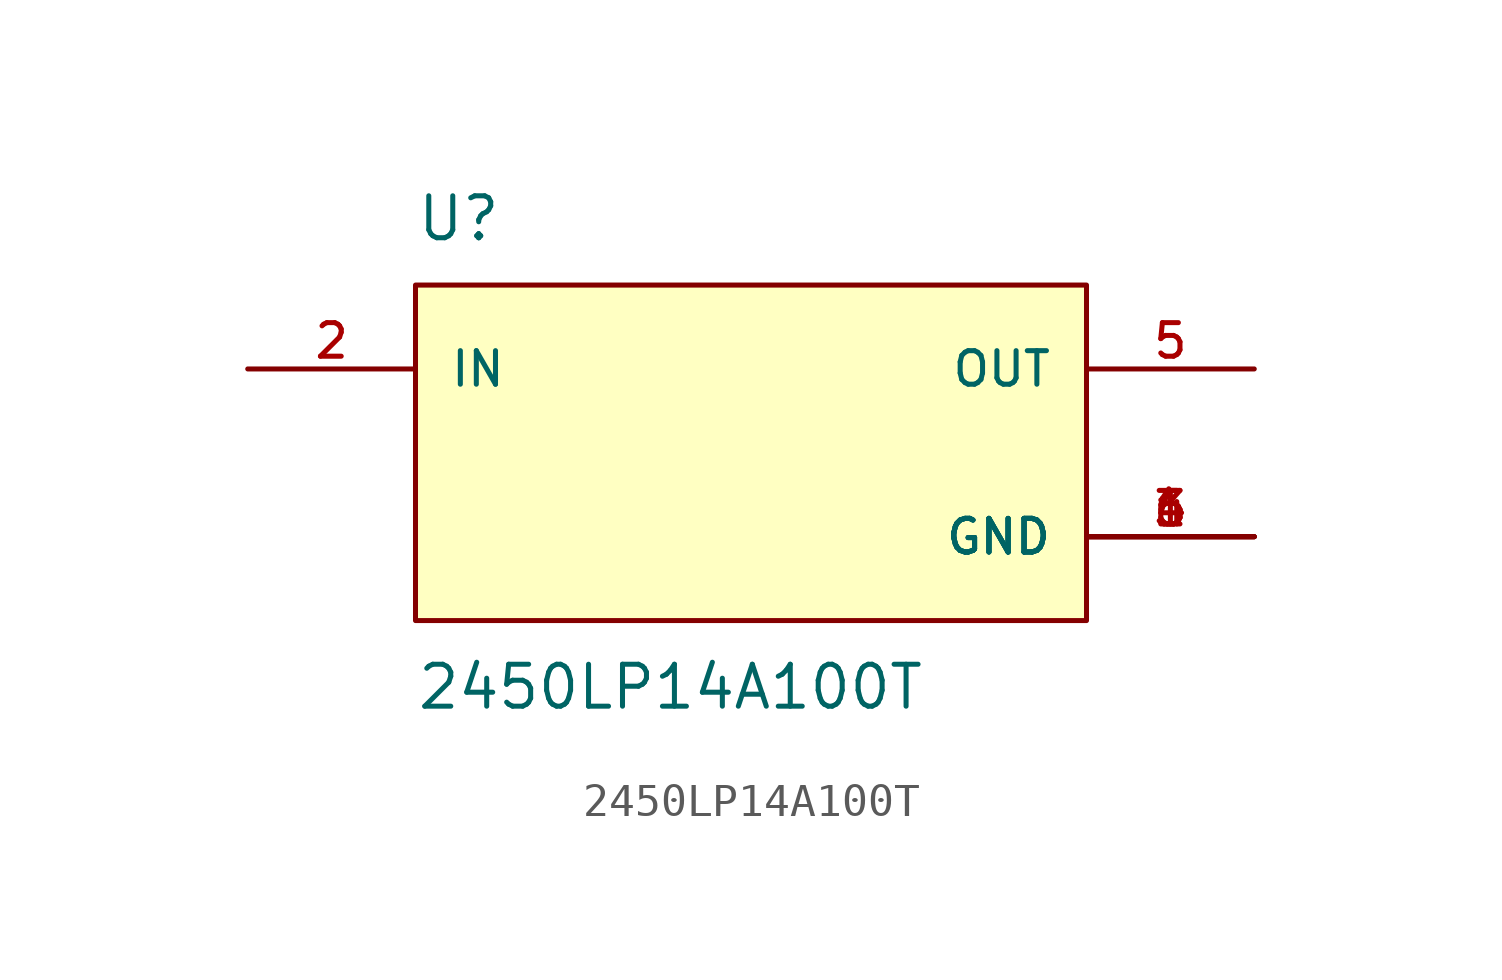
<source format=kicad_sym>
(kicad_symbol_lib
  (version 20211014)
  (generator kicad_symbol_editor)
  (symbol "2450LP14A100T"
    (pin_names
      (offset 1.016))
    (property "Reference" "U"
      (at -10.16 6.35 0)
      (effects (font (size 1.27 1.27)) (justify bottom left)))
    (property "Value" "2450LP14A100T"
      (at -10.16 -6.35 0.0)
      (effects (font (size 1.27 1.27)) (justify top left)))
    (symbol "2450LP14A100T_0_0"
      (rectangle (start -10.16 -5.08) (end 10.16 5.08) (stroke (width 0.152)) (fill (type background)))
      (pin input line (at -15.24 2.54 0) (length 5.08) (name "IN" (effects (font (size 1.016 1.016)))) (number "2" (effects (font (size 1.016 1.016)))))
      (pin output line (at 15.24 2.54 180.0) (length 5.08) (name "OUT" (effects (font (size 1.016 1.016)))) (number "5" (effects (font (size 1.016 1.016)))))
      (pin power_in line (at 15.24 -2.54 180.0) (length 5.08) (name "GND" (effects (font (size 1.016 1.016)))) (number "1" (effects (font (size 1.016 1.016)))))
      (pin power_in line (at 15.24 -2.54 180.0) (length 5.08) (name "GND" (effects (font (size 1.016 1.016)))) (number "3" (effects (font (size 1.016 1.016)))))
      (pin power_in line (at 15.24 -2.54 180.0) (length 5.08) (name "GND" (effects (font (size 1.016 1.016)))) (number "4" (effects (font (size 1.016 1.016)))))
      (pin power_in line (at 15.24 -2.54 180.0) (length 5.08) (name "GND" (effects (font (size 1.016 1.016)))) (number "6" (effects (font (size 1.016 1.016))))))))
</source>
